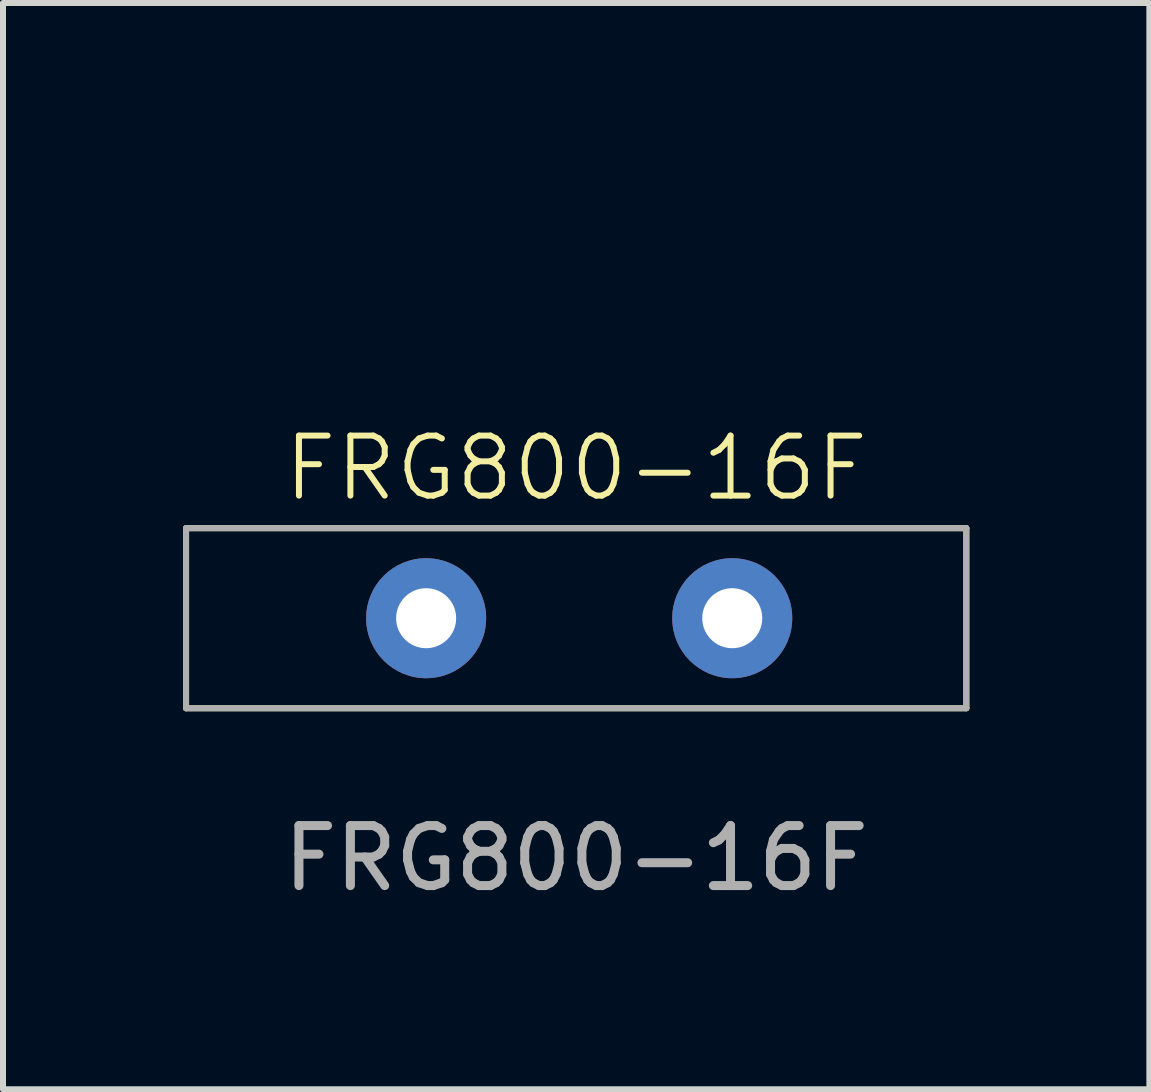
<source format=kicad_pcb>
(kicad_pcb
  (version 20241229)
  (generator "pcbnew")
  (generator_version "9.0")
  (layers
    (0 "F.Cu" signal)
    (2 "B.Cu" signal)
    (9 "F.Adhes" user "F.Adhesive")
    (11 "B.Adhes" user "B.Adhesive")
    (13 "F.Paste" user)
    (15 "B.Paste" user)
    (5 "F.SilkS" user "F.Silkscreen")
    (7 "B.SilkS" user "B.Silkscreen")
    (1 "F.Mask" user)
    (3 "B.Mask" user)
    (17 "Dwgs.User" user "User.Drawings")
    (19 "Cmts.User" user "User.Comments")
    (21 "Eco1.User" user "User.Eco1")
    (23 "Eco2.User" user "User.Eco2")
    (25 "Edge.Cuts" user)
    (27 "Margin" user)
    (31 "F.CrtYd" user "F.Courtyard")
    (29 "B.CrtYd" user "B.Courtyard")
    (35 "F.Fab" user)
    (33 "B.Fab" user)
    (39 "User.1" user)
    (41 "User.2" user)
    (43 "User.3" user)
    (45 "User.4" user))
  (footprint "FRG800-16F"
    (layer "F.Cu")
    (at 8.05 0.25)
    (property "Reference" "FRG800-16F" (at -1.5 4.5 0) (unlocked yes) (layer "F.SilkS") (effects (font (size 1 1) (thickness 0.1))))
    (attr through_hole)
    (fp_line (start -8 5.5) (end -8 8.5) (stroke (width 0.1) (type default)) (layer "F.SilkS"))
    (fp_line (start -8 5.5) (end 5 5.5) (stroke (width 0.1) (type default)) (layer "F.SilkS"))
    (fp_line (start 5 5.5) (end 5 8.5) (stroke (width 0.1) (type default)) (layer "F.SilkS"))
    (fp_line (start 5 8.5) (end -8 8.5) (stroke (width 0.1) (type default)) (layer "F.SilkS"))
    (fp_line (start -8 5.5) (end 5 5.5) (stroke (width 0.1) (type default)) (layer "F.Fab"))
    (fp_line (start -8 8.5) (end -8 5.5) (stroke (width 0.1) (type default)) (layer "F.Fab"))
    (fp_line (start 5 5.5) (end 5 8.5) (stroke (width 0.1) (type default)) (layer "F.Fab"))
    (fp_line (start 5 8.5) (end -8 8.5) (stroke (width 0.1) (type default)) (layer "F.Fab"))
    (fp_text user "${REFERENCE}" (at -1.5 11 0) (unlocked yes) (layer "F.Fab") (effects (font (size 1 1) (thickness 0.15))))
    (pad "1" thru_hole circle (at -4 7) (size 2 2) (drill 1) (layers "*.Cu" "*.Mask"))
    (pad "2" thru_hole circle (at 1.1 7) (size 2 2) (drill 1) (layers "*.Cu" "*.Mask")))
  (gr_rect
    (start -3 -3)
    (end 16.1 15.098)
    (stroke (width 0.1) (type default))
    (fill no)
    (layer "Edge.Cuts")))
</source>
